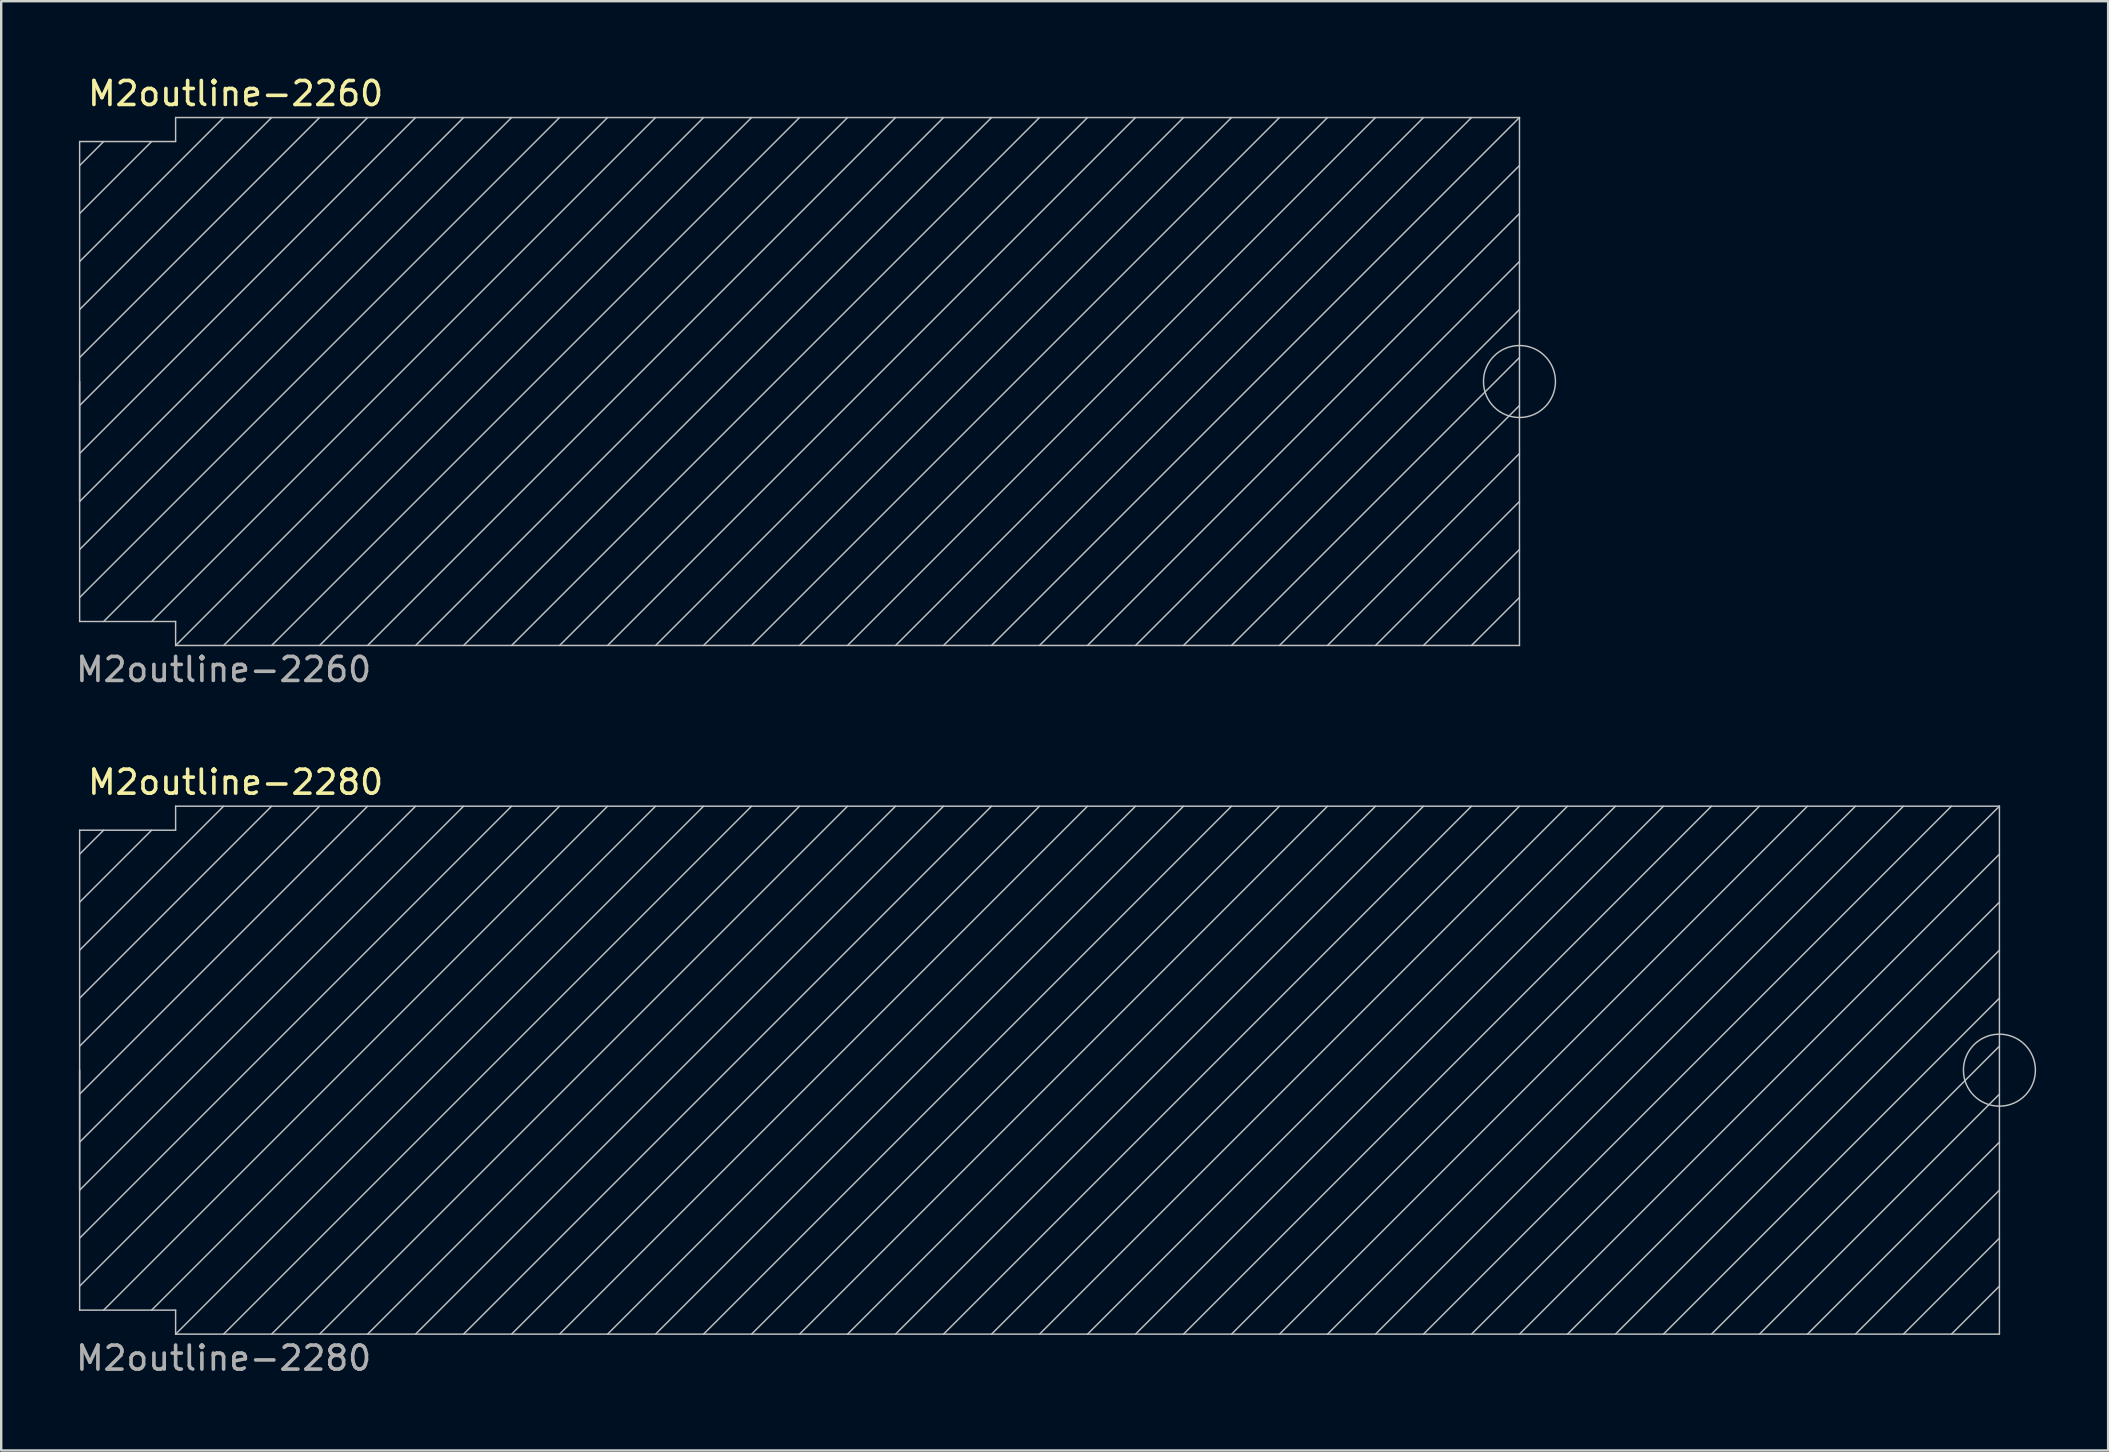
<source format=kicad_pcb>
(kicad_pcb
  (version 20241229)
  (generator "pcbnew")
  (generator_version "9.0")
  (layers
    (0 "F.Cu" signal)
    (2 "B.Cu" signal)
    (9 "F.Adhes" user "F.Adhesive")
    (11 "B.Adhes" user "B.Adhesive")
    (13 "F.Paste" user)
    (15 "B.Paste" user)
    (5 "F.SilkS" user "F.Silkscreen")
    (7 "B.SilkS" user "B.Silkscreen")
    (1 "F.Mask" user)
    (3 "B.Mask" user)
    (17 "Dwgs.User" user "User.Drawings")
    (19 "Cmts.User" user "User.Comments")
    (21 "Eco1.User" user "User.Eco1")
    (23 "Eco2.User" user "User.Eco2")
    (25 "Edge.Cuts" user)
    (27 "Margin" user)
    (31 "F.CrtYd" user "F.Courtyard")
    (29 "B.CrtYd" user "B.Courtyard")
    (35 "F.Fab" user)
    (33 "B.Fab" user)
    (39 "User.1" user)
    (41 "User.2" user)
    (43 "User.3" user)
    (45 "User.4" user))
  (footprint "M2outline-2280"
    (layer "F.Cu")
    (at 0.268 41.545)
    (property "Reference" "M2outline-2280" (at 6.5 -12 0) (unlocked yes) (layer "F.SilkS") (effects (font (size 1 1) (thickness 0.15))))
    (attr smd)
    (fp_line (start 0 -10) (end 0 10) (stroke (width 0.06) (type solid)) (layer "Dwgs.User"))
    (fp_line (start 0 -10) (end 4 -10) (stroke (width 0.06) (type solid)) (layer "Dwgs.User"))
    (fp_line (start 0 5) (end 0 0) (stroke (width 0.06) (type solid)) (layer "Dwgs.User"))
    (fp_line (start 1 -10) (end 0 -9) (stroke (width 0.06) (type solid)) (layer "Dwgs.User"))
    (fp_line (start 3 -10) (end 0 -7) (stroke (width 0.06) (type solid)) (layer "Dwgs.User"))
    (fp_line (start 4 -11) (end 80 -11) (stroke (width 0.06) (type solid)) (layer "Dwgs.User"))
    (fp_line (start 4 -10) (end 4 -11) (stroke (width 0.06) (type solid)) (layer "Dwgs.User"))
    (fp_line (start 4 10) (end 0 10) (stroke (width 0.06) (type solid)) (layer "Dwgs.User"))
    (fp_line (start 4 11) (end 4 10) (stroke (width 0.06) (type solid)) (layer "Dwgs.User"))
    (fp_line (start 6 -11) (end 0 -5) (stroke (width 0.06) (type solid)) (layer "Dwgs.User"))
    (fp_line (start 8 -11) (end 0 -3) (stroke (width 0.06) (type solid)) (layer "Dwgs.User"))
    (fp_line (start 10 -11) (end 0 -1) (stroke (width 0.06) (type solid)) (layer "Dwgs.User"))
    (fp_line (start 12 -11) (end 0 1) (stroke (width 0.06) (type solid)) (layer "Dwgs.User"))
    (fp_line (start 14 -11) (end 0 3) (stroke (width 0.06) (type solid)) (layer "Dwgs.User"))
    (fp_line (start 16 -11) (end 0 5) (stroke (width 0.06) (type solid)) (layer "Dwgs.User"))
    (fp_line (start 18 -11) (end 0 7) (stroke (width 0.06) (type solid)) (layer "Dwgs.User"))
    (fp_line (start 20 -11) (end 0 9) (stroke (width 0.06) (type solid)) (layer "Dwgs.User"))
    (fp_line (start 22 -11) (end 1 10) (stroke (width 0.06) (type solid)) (layer "Dwgs.User"))
    (fp_line (start 24 -11) (end 3 10) (stroke (width 0.06) (type solid)) (layer "Dwgs.User"))
    (fp_line (start 26 -11) (end 4 11) (stroke (width 0.06) (type solid)) (layer "Dwgs.User"))
    (fp_line (start 28 -11) (end 6 11) (stroke (width 0.06) (type solid)) (layer "Dwgs.User"))
    (fp_line (start 30 -11) (end 8 11) (stroke (width 0.06) (type solid)) (layer "Dwgs.User"))
    (fp_line (start 32 -11) (end 10 11) (stroke (width 0.06) (type solid)) (layer "Dwgs.User"))
    (fp_line (start 34 -11) (end 12 11) (stroke (width 0.06) (type solid)) (layer "Dwgs.User"))
    (fp_line (start 36 -11) (end 14 11) (stroke (width 0.06) (type solid)) (layer "Dwgs.User"))
    (fp_line (start 38 -11) (end 16 11) (stroke (width 0.06) (type solid)) (layer "Dwgs.User"))
    (fp_line (start 40 -11) (end 18 11) (stroke (width 0.06) (type solid)) (layer "Dwgs.User"))
    (fp_line (start 42 -11) (end 20 11) (stroke (width 0.06) (type solid)) (layer "Dwgs.User"))
    (fp_line (start 44 -11) (end 22 11) (stroke (width 0.06) (type solid)) (layer "Dwgs.User"))
    (fp_line (start 46 -11) (end 24 11) (stroke (width 0.06) (type solid)) (layer "Dwgs.User"))
    (fp_line (start 48 -11) (end 26 11) (stroke (width 0.06) (type solid)) (layer "Dwgs.User"))
    (fp_line (start 50 -11) (end 28 11) (stroke (width 0.06) (type solid)) (layer "Dwgs.User"))
    (fp_line (start 52 -11) (end 30 11) (stroke (width 0.06) (type solid)) (layer "Dwgs.User"))
    (fp_line (start 54 -11) (end 32 11) (stroke (width 0.06) (type solid)) (layer "Dwgs.User"))
    (fp_line (start 56 -11) (end 34 11) (stroke (width 0.06) (type solid)) (layer "Dwgs.User"))
    (fp_line (start 58 -11) (end 36 11) (stroke (width 0.06) (type solid)) (layer "Dwgs.User"))
    (fp_line (start 60 -11) (end 38 11) (stroke (width 0.06) (type solid)) (layer "Dwgs.User"))
    (fp_line (start 62 -11) (end 40 11) (stroke (width 0.06) (type solid)) (layer "Dwgs.User"))
    (fp_line (start 64 -11) (end 42 11) (stroke (width 0.06) (type solid)) (layer "Dwgs.User"))
    (fp_line (start 66 -11) (end 44 11) (stroke (width 0.06) (type solid)) (layer "Dwgs.User"))
    (fp_line (start 68 -11) (end 46 11) (stroke (width 0.06) (type solid)) (layer "Dwgs.User"))
    (fp_line (start 70 -11) (end 48 11) (stroke (width 0.06) (type solid)) (layer "Dwgs.User"))
    (fp_line (start 72 -11) (end 50 11) (stroke (width 0.06) (type solid)) (layer "Dwgs.User"))
    (fp_line (start 74 -11) (end 52 11) (stroke (width 0.06) (type solid)) (layer "Dwgs.User"))
    (fp_line (start 76 -11) (end 54 11) (stroke (width 0.06) (type solid)) (layer "Dwgs.User"))
    (fp_line (start 78 -11) (end 56 11) (stroke (width 0.06) (type solid)) (layer "Dwgs.User"))
    (fp_line (start 80 -11) (end 58 11) (stroke (width 0.06) (type solid)) (layer "Dwgs.User"))
    (fp_line (start 80 -11) (end 80 11) (stroke (width 0.06) (type solid)) (layer "Dwgs.User"))
    (fp_line (start 80 -9) (end 60 11) (stroke (width 0.06) (type solid)) (layer "Dwgs.User"))
    (fp_line (start 80 -7) (end 62 11) (stroke (width 0.06) (type solid)) (layer "Dwgs.User"))
    (fp_line (start 80 -5) (end 64 11) (stroke (width 0.06) (type solid)) (layer "Dwgs.User"))
    (fp_line (start 80 -3) (end 66 11) (stroke (width 0.06) (type solid)) (layer "Dwgs.User"))
    (fp_line (start 80 -1) (end 68 11) (stroke (width 0.06) (type solid)) (layer "Dwgs.User"))
    (fp_line (start 80 1) (end 70 11) (stroke (width 0.06) (type solid)) (layer "Dwgs.User"))
    (fp_line (start 80 3) (end 72 11) (stroke (width 0.06) (type solid)) (layer "Dwgs.User"))
    (fp_line (start 80 5) (end 74 11) (stroke (width 0.06) (type solid)) (layer "Dwgs.User"))
    (fp_line (start 80 7) (end 76 11) (stroke (width 0.06) (type solid)) (layer "Dwgs.User"))
    (fp_line (start 80 9) (end 78 11) (stroke (width 0.06) (type solid)) (layer "Dwgs.User"))
    (fp_line (start 80 11) (end 4 11) (stroke (width 0.06) (type solid)) (layer "Dwgs.User"))
    (fp_circle (center 80 0) (end 80 -1.5) (stroke (width 0.06) (type solid)) (fill no) (layer "Dwgs.User"))
    (fp_text user "${REFERENCE}" (at 6 12 0) (unlocked yes) (layer "F.Fab") (effects (font (size 1 1) (thickness 0.15)))))
  (footprint "M2outline-2260"
    (layer "F.Cu")
    (at 0.268 12.848)
    (property "Reference" "M2outline-2260" (at 6.5 -12 0) (unlocked yes) (layer "F.SilkS") (effects (font (size 1 1) (thickness 0.15))))
    (attr smd)
    (fp_line (start 0 -10) (end 0 10) (stroke (width 0.06) (type solid)) (layer "Dwgs.User"))
    (fp_line (start 0 -10) (end 4 -10) (stroke (width 0.06) (type solid)) (layer "Dwgs.User"))
    (fp_line (start 0 5) (end 0 0) (stroke (width 0.06) (type solid)) (layer "Dwgs.User"))
    (fp_line (start 1 -10) (end 0 -9) (stroke (width 0.06) (type solid)) (layer "Dwgs.User"))
    (fp_line (start 3 -10) (end 0 -7) (stroke (width 0.06) (type solid)) (layer "Dwgs.User"))
    (fp_line (start 4 -11) (end 60 -11) (stroke (width 0.06) (type solid)) (layer "Dwgs.User"))
    (fp_line (start 4 -10) (end 4 -11) (stroke (width 0.06) (type solid)) (layer "Dwgs.User"))
    (fp_line (start 4 10) (end 0 10) (stroke (width 0.06) (type solid)) (layer "Dwgs.User"))
    (fp_line (start 4 11) (end 4 10) (stroke (width 0.06) (type solid)) (layer "Dwgs.User"))
    (fp_line (start 6 -11) (end 0 -5) (stroke (width 0.06) (type solid)) (layer "Dwgs.User"))
    (fp_line (start 8 -11) (end 0 -3) (stroke (width 0.06) (type solid)) (layer "Dwgs.User"))
    (fp_line (start 10 -11) (end 0 -1) (stroke (width 0.06) (type solid)) (layer "Dwgs.User"))
    (fp_line (start 12 -11) (end 0 1) (stroke (width 0.06) (type solid)) (layer "Dwgs.User"))
    (fp_line (start 14 -11) (end 0 3) (stroke (width 0.06) (type solid)) (layer "Dwgs.User"))
    (fp_line (start 16 -11) (end 0 5) (stroke (width 0.06) (type solid)) (layer "Dwgs.User"))
    (fp_line (start 18 -11) (end 0 7) (stroke (width 0.06) (type solid)) (layer "Dwgs.User"))
    (fp_line (start 20 -11) (end 0 9) (stroke (width 0.06) (type solid)) (layer "Dwgs.User"))
    (fp_line (start 22 -11) (end 1 10) (stroke (width 0.06) (type solid)) (layer "Dwgs.User"))
    (fp_line (start 24 -11) (end 3 10) (stroke (width 0.06) (type solid)) (layer "Dwgs.User"))
    (fp_line (start 26 -11) (end 4 11) (stroke (width 0.06) (type solid)) (layer "Dwgs.User"))
    (fp_line (start 28 -11) (end 6 11) (stroke (width 0.06) (type solid)) (layer "Dwgs.User"))
    (fp_line (start 30 -11) (end 8 11) (stroke (width 0.06) (type solid)) (layer "Dwgs.User"))
    (fp_line (start 32 -11) (end 10 11) (stroke (width 0.06) (type solid)) (layer "Dwgs.User"))
    (fp_line (start 34 -11) (end 12 11) (stroke (width 0.06) (type solid)) (layer "Dwgs.User"))
    (fp_line (start 36 -11) (end 14 11) (stroke (width 0.06) (type solid)) (layer "Dwgs.User"))
    (fp_line (start 38 -11) (end 16 11) (stroke (width 0.06) (type solid)) (layer "Dwgs.User"))
    (fp_line (start 40 -11) (end 18 11) (stroke (width 0.06) (type solid)) (layer "Dwgs.User"))
    (fp_line (start 42 -11) (end 20 11) (stroke (width 0.06) (type solid)) (layer "Dwgs.User"))
    (fp_line (start 44 -11) (end 22 11) (stroke (width 0.06) (type solid)) (layer "Dwgs.User"))
    (fp_line (start 46 -11) (end 24 11) (stroke (width 0.06) (type solid)) (layer "Dwgs.User"))
    (fp_line (start 48 -11) (end 26 11) (stroke (width 0.06) (type solid)) (layer "Dwgs.User"))
    (fp_line (start 50 -11) (end 28 11) (stroke (width 0.06) (type solid)) (layer "Dwgs.User"))
    (fp_line (start 52 -11) (end 30 11) (stroke (width 0.06) (type solid)) (layer "Dwgs.User"))
    (fp_line (start 54 -11) (end 32 11) (stroke (width 0.06) (type solid)) (layer "Dwgs.User"))
    (fp_line (start 56 -11) (end 34 11) (stroke (width 0.06) (type solid)) (layer "Dwgs.User"))
    (fp_line (start 58 -11) (end 36 11) (stroke (width 0.06) (type solid)) (layer "Dwgs.User"))
    (fp_line (start 60 -11) (end 38 11) (stroke (width 0.06) (type solid)) (layer "Dwgs.User"))
    (fp_line (start 60 -11) (end 60 11) (stroke (width 0.06) (type solid)) (layer "Dwgs.User"))
    (fp_line (start 60 -9) (end 40 11) (stroke (width 0.06) (type solid)) (layer "Dwgs.User"))
    (fp_line (start 60 -7) (end 42 11) (stroke (width 0.06) (type solid)) (layer "Dwgs.User"))
    (fp_line (start 60 -5) (end 44 11) (stroke (width 0.06) (type solid)) (layer "Dwgs.User"))
    (fp_line (start 60 -3) (end 46 11) (stroke (width 0.06) (type solid)) (layer "Dwgs.User"))
    (fp_line (start 60 -1) (end 48 11) (stroke (width 0.06) (type solid)) (layer "Dwgs.User"))
    (fp_line (start 60 1) (end 50 11) (stroke (width 0.06) (type solid)) (layer "Dwgs.User"))
    (fp_line (start 60 3) (end 52 11) (stroke (width 0.06) (type solid)) (layer "Dwgs.User"))
    (fp_line (start 60 5) (end 54 11) (stroke (width 0.06) (type solid)) (layer "Dwgs.User"))
    (fp_line (start 60 7) (end 56 11) (stroke (width 0.06) (type solid)) (layer "Dwgs.User"))
    (fp_line (start 60 9) (end 58 11) (stroke (width 0.06) (type solid)) (layer "Dwgs.User"))
    (fp_line (start 60 11) (end 4 11) (stroke (width 0.06) (type solid)) (layer "Dwgs.User"))
    (fp_circle (center 60 0) (end 60 -1.5) (stroke (width 0.06) (type solid)) (fill no) (layer "Dwgs.User"))
    (fp_text user "${REFERENCE}" (at 6 12 0) (unlocked yes) (layer "F.Fab") (effects (font (size 1 1) (thickness 0.15)))))
  (gr_rect
    (start -3 -3)
    (end 84.798 57.393)
    (stroke (width 0.1) (type default))
    (fill no)
    (layer "Edge.Cuts")))
</source>
